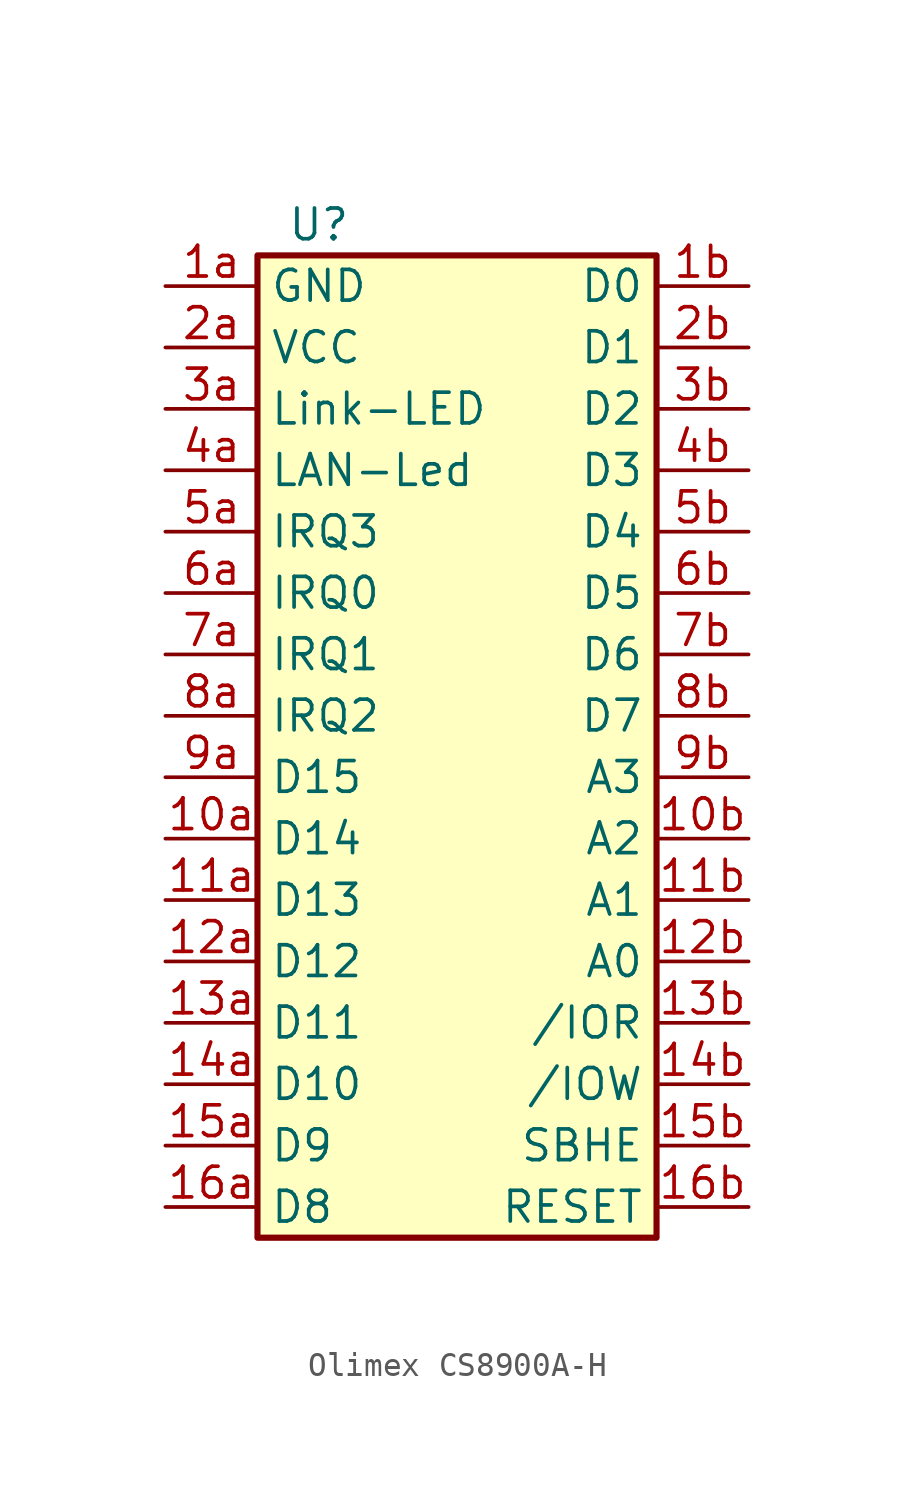
<source format=kicad_sym>
(kicad_symbol_lib
  (version 20220914)
  (generator kicad_symbol_editor)
  (symbol "Olimex CS8900A-H"
    (property "Reference" "U"
      (at 0 21.59 0)
      (effects (font (size 1.27 1.27))))
    (property "Value" ""
      (at 0 0 0)
      (effects (font (size 1.27 1.27))))
    (symbol "Olimex CS8900A-H_1_1"
      (rectangle (start -2.54 20.32) (end 13.97 -20.32) (stroke (width 0.254) (type default)) (fill (type background)))
      (pin bidirectional line (at -6.35 -3.81 0) (length 3.81) (name "D14" (effects (font (size 1.27 1.27)))) (number "10a" (effects (font (size 1.27 1.27)))))
      (pin input line (at 17.78 -3.81 180) (length 3.81) (name "A2" (effects (font (size 1.27 1.27)))) (number "10b" (effects (font (size 1.27 1.27)))))
      (pin bidirectional line (at -6.35 -6.35 0) (length 3.81) (name "D13" (effects (font (size 1.27 1.27)))) (number "11a" (effects (font (size 1.27 1.27)))))
      (pin input line (at 17.78 -6.35 180) (length 3.81) (name "A1" (effects (font (size 1.27 1.27)))) (number "11b" (effects (font (size 1.27 1.27)))))
      (pin bidirectional line (at -6.35 -8.89 0) (length 3.81) (name "D12" (effects (font (size 1.27 1.27)))) (number "12a" (effects (font (size 1.27 1.27)))))
      (pin input line (at 17.78 -8.89 180) (length 3.81) (name "A0" (effects (font (size 1.27 1.27)))) (number "12b" (effects (font (size 1.27 1.27)))))
      (pin bidirectional line (at -6.35 -11.43 0) (length 3.81) (name "D11" (effects (font (size 1.27 1.27)))) (number "13a" (effects (font (size 1.27 1.27)))))
      (pin input line (at 17.78 -11.43 180) (length 3.81) (name "/IOR" (effects (font (size 1.27 1.27)))) (number "13b" (effects (font (size 1.27 1.27)))))
      (pin bidirectional line (at -6.35 -13.97 0) (length 3.81) (name "D10" (effects (font (size 1.27 1.27)))) (number "14a" (effects (font (size 1.27 1.27)))))
      (pin input line (at 17.78 -13.97 180) (length 3.81) (name "/IOW" (effects (font (size 1.27 1.27)))) (number "14b" (effects (font (size 1.27 1.27)))))
      (pin bidirectional line (at -6.35 -16.51 0) (length 3.81) (name "D9" (effects (font (size 1.27 1.27)))) (number "15a" (effects (font (size 1.27 1.27)))))
      (pin input line (at 17.78 -16.51 180) (length 3.81) (name "SBHE" (effects (font (size 1.27 1.27)))) (number "15b" (effects (font (size 1.27 1.27)))))
      (pin bidirectional line (at -6.35 -19.05 0) (length 3.81) (name "D8" (effects (font (size 1.27 1.27)))) (number "16a" (effects (font (size 1.27 1.27)))))
      (pin input line (at 17.78 -19.05 180) (length 3.81) (name "RESET" (effects (font (size 1.27 1.27)))) (number "16b" (effects (font (size 1.27 1.27)))))
      (pin power_in line (at -6.35 19.05 0) (length 3.81) (name "GND" (effects (font (size 1.27 1.27)))) (number "1a" (effects (font (size 1.27 1.27)))))
      (pin bidirectional line (at 17.78 19.05 180) (length 3.81) (name "D0" (effects (font (size 1.27 1.27)))) (number "1b" (effects (font (size 1.27 1.27)))))
      (pin power_in line (at -6.35 16.51 0) (length 3.81) (name "VCC" (effects (font (size 1.27 1.27)))) (number "2a" (effects (font (size 1.27 1.27)))))
      (pin bidirectional line (at 17.78 16.51 180) (length 3.81) (name "D1" (effects (font (size 1.27 1.27)))) (number "2b" (effects (font (size 1.27 1.27)))))
      (pin open_collector line (at -6.35 13.97 0) (length 3.81) (name "Link-LED" (effects (font (size 1.27 1.27)))) (number "3a" (effects (font (size 1.27 1.27)))))
      (pin bidirectional line (at 17.78 13.97 180) (length 3.81) (name "D2" (effects (font (size 1.27 1.27)))) (number "3b" (effects (font (size 1.27 1.27)))))
      (pin open_collector line (at -6.35 11.43 0) (length 3.81) (name "LAN-Led" (effects (font (size 1.27 1.27)))) (number "4a" (effects (font (size 1.27 1.27)))))
      (pin bidirectional line (at 17.78 11.43 180) (length 3.81) (name "D3" (effects (font (size 1.27 1.27)))) (number "4b" (effects (font (size 1.27 1.27)))))
      (pin output line (at -6.35 8.89 0) (length 3.81) (name "IRQ3" (effects (font (size 1.27 1.27)))) (number "5a" (effects (font (size 1.27 1.27)))))
      (pin bidirectional line (at 17.78 8.89 180) (length 3.81) (name "D4" (effects (font (size 1.27 1.27)))) (number "5b" (effects (font (size 1.27 1.27)))))
      (pin output line (at -6.35 6.35 0) (length 3.81) (name "IRQ0" (effects (font (size 1.27 1.27)))) (number "6a" (effects (font (size 1.27 1.27)))))
      (pin bidirectional line (at 17.78 6.35 180) (length 3.81) (name "D5" (effects (font (size 1.27 1.27)))) (number "6b" (effects (font (size 1.27 1.27)))))
      (pin output line (at -6.35 3.81 0) (length 3.81) (name "IRQ1" (effects (font (size 1.27 1.27)))) (number "7a" (effects (font (size 1.27 1.27)))))
      (pin bidirectional line (at 17.78 3.81 180) (length 3.81) (name "D6" (effects (font (size 1.27 1.27)))) (number "7b" (effects (font (size 1.27 1.27)))))
      (pin output line (at -6.35 1.27 0) (length 3.81) (name "IRQ2" (effects (font (size 1.27 1.27)))) (number "8a" (effects (font (size 1.27 1.27)))))
      (pin bidirectional line (at 17.78 1.27 180) (length 3.81) (name "D7" (effects (font (size 1.27 1.27)))) (number "8b" (effects (font (size 1.27 1.27)))))
      (pin bidirectional line (at -6.35 -1.27 0) (length 3.81) (name "D15" (effects (font (size 1.27 1.27)))) (number "9a" (effects (font (size 1.27 1.27)))))
      (pin input line (at 17.78 -1.27 180) (length 3.81) (name "A3" (effects (font (size 1.27 1.27)))) (number "9b" (effects (font (size 1.27 1.27))))))))
</source>
